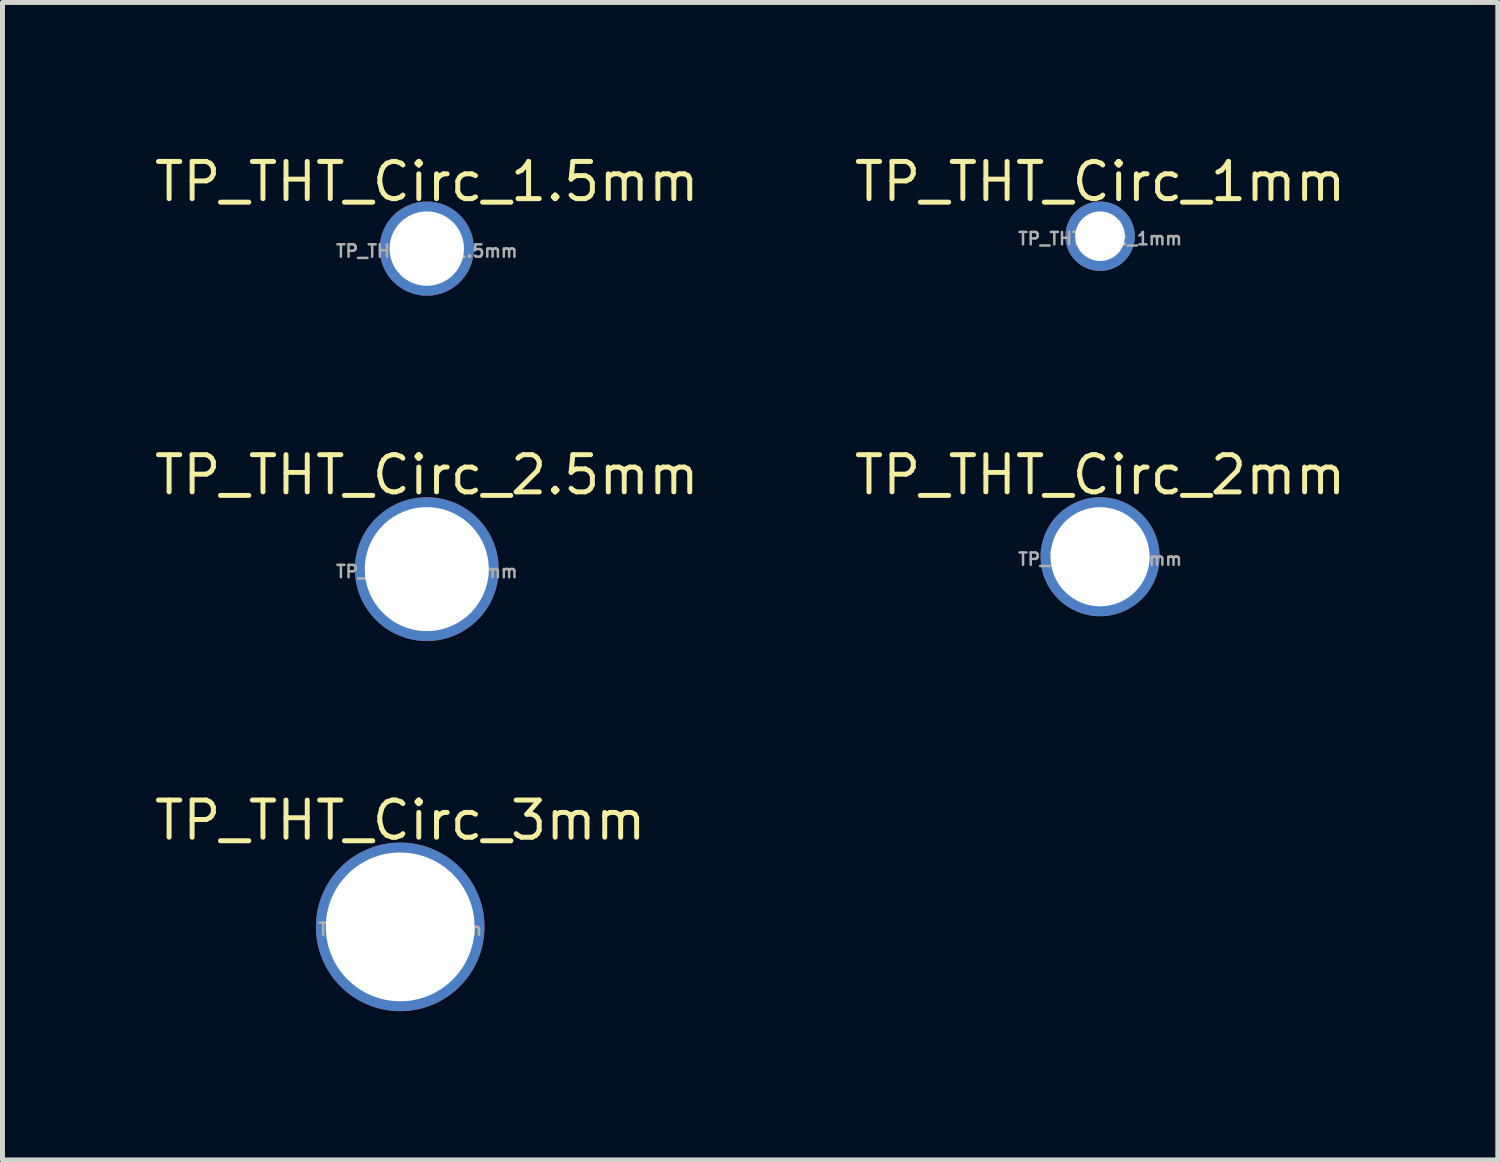
<source format=kicad_pcb>
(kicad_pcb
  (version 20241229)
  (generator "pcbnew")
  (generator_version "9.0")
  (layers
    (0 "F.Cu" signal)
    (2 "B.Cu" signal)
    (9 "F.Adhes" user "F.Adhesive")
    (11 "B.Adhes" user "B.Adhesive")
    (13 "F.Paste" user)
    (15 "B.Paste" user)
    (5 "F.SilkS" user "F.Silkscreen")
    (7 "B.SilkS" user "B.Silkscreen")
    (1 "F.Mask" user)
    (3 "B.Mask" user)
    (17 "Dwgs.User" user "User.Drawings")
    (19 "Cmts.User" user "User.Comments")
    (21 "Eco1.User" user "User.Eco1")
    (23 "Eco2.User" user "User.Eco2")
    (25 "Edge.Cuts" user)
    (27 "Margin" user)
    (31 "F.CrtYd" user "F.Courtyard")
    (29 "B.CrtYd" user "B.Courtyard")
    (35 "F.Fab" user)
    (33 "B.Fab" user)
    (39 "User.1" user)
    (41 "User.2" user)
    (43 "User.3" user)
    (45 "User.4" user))
  (footprint "TP_THT_Circ_2.5mm"
    (layer "F.Cu")
    (at 5.557 8.428)
    (property "Reference" "TP_THT_Circ_2.5mm" (at 0 -1.9 0) (unlocked yes) (layer "F.SilkS") (effects (font (size 0.75 0.75) (thickness 0.1))))
    (attr smd exclude_from_pos_files exclude_from_bom)
    (fp_text user "${REFERENCE}" (at 0 0.05 0) (unlocked yes) (layer "F.Fab") (effects (font (size 0.25 0.25) (thickness 0.05))))
    (pad "1" thru_hole circle (at 0 0) (size 2.9 2.9) (drill 2.5) (layers "*.Cu" "*.Mask")))
  (footprint "TP_THT_Circ_2mm"
    (layer "F.Cu")
    (at 19.136 8.178)
    (property "Reference" "TP_THT_Circ_2mm" (at 0 -1.65 0) (unlocked yes) (layer "F.SilkS") (effects (font (size 0.75 0.75) (thickness 0.1))))
    (attr smd exclude_from_pos_files exclude_from_bom)
    (fp_text user "${REFERENCE}" (at 0 0.05 0) (unlocked yes) (layer "F.Fab") (effects (font (size 0.25 0.25) (thickness 0.05))))
    (pad "1" thru_hole circle (at 0 0) (size 2.4 2.4) (drill 2) (layers "*.Cu" "*.Mask")))
  (footprint "TP_THT_Circ_1mm"
    (layer "F.Cu")
    (at 19.136 1.714)
    (property "Reference" "TP_THT_Circ_1mm" (at 0 -1.1 0) (unlocked yes) (layer "F.SilkS") (effects (font (size 0.75 0.75) (thickness 0.1))))
    (attr smd exclude_from_pos_files exclude_from_bom)
    (fp_text user "${REFERENCE}" (at 0 0.05 0) (unlocked yes) (layer "F.Fab") (effects (font (size 0.25 0.25) (thickness 0.05))))
    (pad "1" thru_hole circle (at 0 0) (size 1.4 1.4) (drill 1) (layers "*.Cu" "*.Mask")))
  (footprint "TP_THT_Circ_1.5mm"
    (layer "F.Cu")
    (at 5.557 1.964)
    (property "Reference" "TP_THT_Circ_1.5mm" (at 0 -1.35 0) (unlocked yes) (layer "F.SilkS") (effects (font (size 0.75 0.75) (thickness 0.1))))
    (attr smd exclude_from_pos_files exclude_from_bom)
    (fp_text user "${REFERENCE}" (at 0 0.05 0) (unlocked yes) (layer "F.Fab") (effects (font (size 0.25 0.25) (thickness 0.05))))
    (pad "1" thru_hole circle (at 0 0) (size 1.9 1.9) (drill 1.5) (layers "*.Cu" "*.Mask")))
  (footprint "TP_THT_Circ_3mm"
    (layer "F.Cu")
    (at 5.021 15.643)
    (property "Reference" "TP_THT_Circ_3mm" (at 0 -2.15 0) (unlocked yes) (layer "F.SilkS") (effects (font (size 0.75 0.75) (thickness 0.1))))
    (attr smd exclude_from_pos_files exclude_from_bom)
    (fp_text user "${REFERENCE}" (at 0 0.05 0) (unlocked yes) (layer "F.Fab") (effects (font (size 0.25 0.25) (thickness 0.05))))
    (pad "1" thru_hole circle (at 0 0) (size 3.4 3.4) (drill 3) (layers "*.Cu" "*.Mask")))
  (gr_rect
    (start -3 -3)
    (end 27.157 20.343)
    (stroke (width 0.1) (type default))
    (fill no)
    (layer "Edge.Cuts")))
</source>
